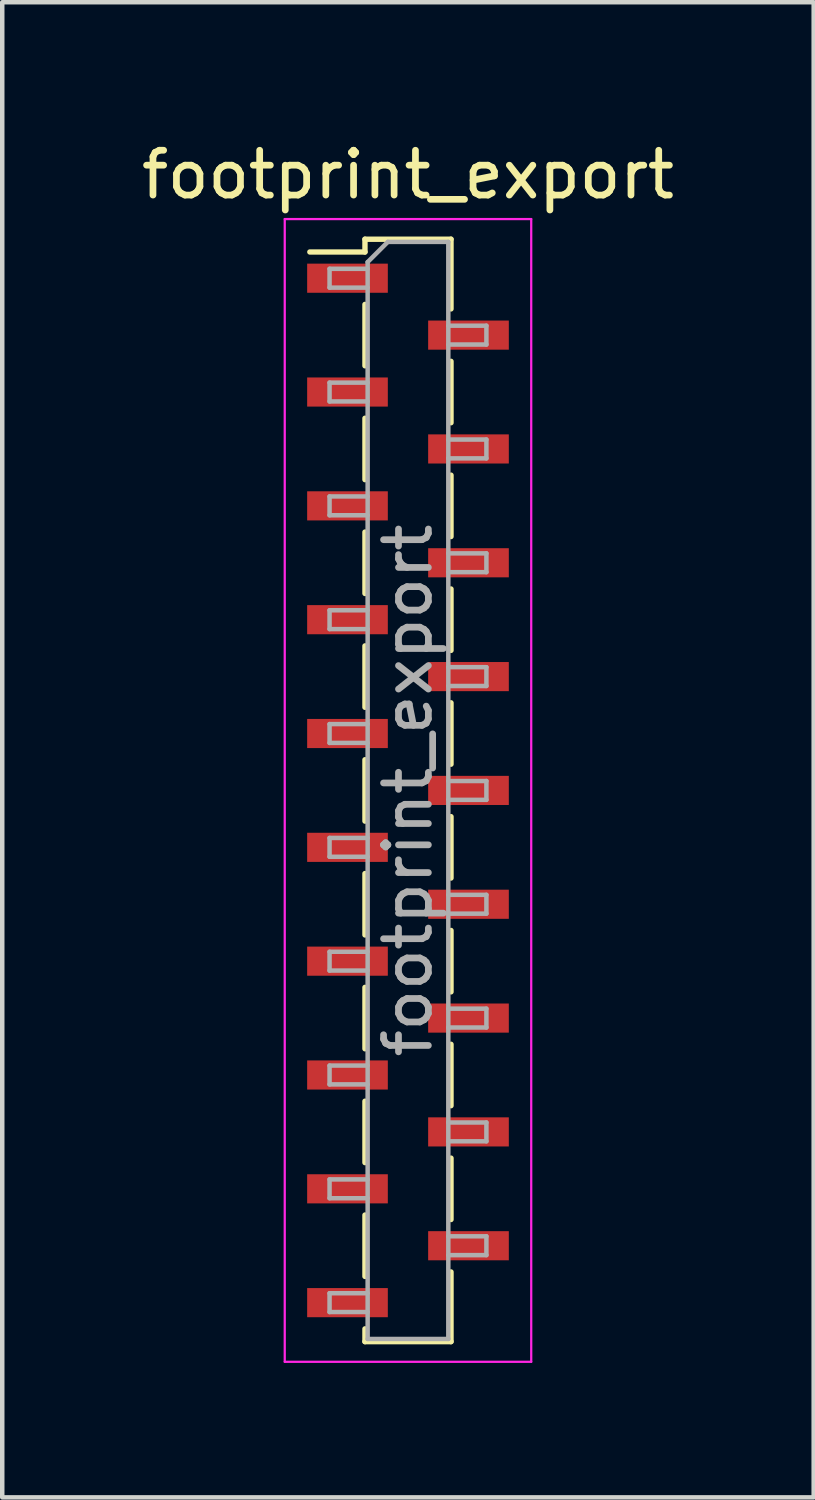
<source format=kicad_pcb>
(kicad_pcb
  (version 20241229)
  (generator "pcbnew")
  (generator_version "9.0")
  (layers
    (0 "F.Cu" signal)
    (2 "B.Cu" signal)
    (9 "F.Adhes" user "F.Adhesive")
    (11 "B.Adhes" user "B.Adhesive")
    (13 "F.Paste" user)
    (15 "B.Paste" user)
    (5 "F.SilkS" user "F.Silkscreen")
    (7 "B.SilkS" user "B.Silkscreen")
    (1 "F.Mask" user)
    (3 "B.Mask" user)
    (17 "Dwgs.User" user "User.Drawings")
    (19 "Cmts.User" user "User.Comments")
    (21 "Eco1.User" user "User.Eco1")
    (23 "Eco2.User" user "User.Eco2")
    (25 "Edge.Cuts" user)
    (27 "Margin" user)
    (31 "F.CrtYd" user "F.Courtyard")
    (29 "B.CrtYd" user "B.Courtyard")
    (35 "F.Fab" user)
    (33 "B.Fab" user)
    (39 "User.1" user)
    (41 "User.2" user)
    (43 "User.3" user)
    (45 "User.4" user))
  (footprint "footprint_export"
    (layer "F.Cu")
    (at 6.054 14.588)
    (property "Reference" "footprint_export" (at 0 -13.74 0) (layer "F.SilkS") (effects (font (size 1 1) (thickness 0.15))))
    (attr smd)
    (fp_line (start -2.19 -12.015) (end -0.96 -12.015) (stroke (width 0.12) (type solid)) (layer "F.SilkS"))
    (fp_line (start -0.96 -12.3) (end -0.96 -12.015) (stroke (width 0.12) (type solid)) (layer "F.SilkS"))
    (fp_line (start -0.96 -12.3) (end 0.96 -12.3) (stroke (width 0.12) (type solid)) (layer "F.SilkS"))
    (fp_line (start -0.96 -10.845) (end -0.96 -9.475) (stroke (width 0.12) (type solid)) (layer "F.SilkS"))
    (fp_line (start -0.96 -8.305) (end -0.96 -6.935) (stroke (width 0.12) (type solid)) (layer "F.SilkS"))
    (fp_line (start -0.96 -5.765) (end -0.96 -4.395) (stroke (width 0.12) (type solid)) (layer "F.SilkS"))
    (fp_line (start -0.96 -3.225) (end -0.96 -1.855) (stroke (width 0.12) (type solid)) (layer "F.SilkS"))
    (fp_line (start -0.96 -0.685) (end -0.96 0.685) (stroke (width 0.12) (type solid)) (layer "F.SilkS"))
    (fp_line (start -0.96 1.855) (end -0.96 3.225) (stroke (width 0.12) (type solid)) (layer "F.SilkS"))
    (fp_line (start -0.96 4.395) (end -0.96 5.765) (stroke (width 0.12) (type solid)) (layer "F.SilkS"))
    (fp_line (start -0.96 6.935) (end -0.96 8.305) (stroke (width 0.12) (type solid)) (layer "F.SilkS"))
    (fp_line (start -0.96 9.475) (end -0.96 10.845) (stroke (width 0.12) (type solid)) (layer "F.SilkS"))
    (fp_line (start -0.96 12.015) (end -0.96 12.3) (stroke (width 0.12) (type solid)) (layer "F.SilkS"))
    (fp_line (start -0.96 12.3) (end 0.96 12.3) (stroke (width 0.12) (type solid)) (layer "F.SilkS"))
    (fp_line (start 0.96 -12.3) (end 0.96 -10.745) (stroke (width 0.12) (type solid)) (layer "F.SilkS"))
    (fp_line (start 0.96 -9.575) (end 0.96 -8.205) (stroke (width 0.12) (type solid)) (layer "F.SilkS"))
    (fp_line (start 0.96 -7.035) (end 0.96 -5.665) (stroke (width 0.12) (type solid)) (layer "F.SilkS"))
    (fp_line (start 0.96 -4.495) (end 0.96 -3.125) (stroke (width 0.12) (type solid)) (layer "F.SilkS"))
    (fp_line (start 0.96 -1.955) (end 0.96 -0.585) (stroke (width 0.12) (type solid)) (layer "F.SilkS"))
    (fp_line (start 0.96 0.585) (end 0.96 1.955) (stroke (width 0.12) (type solid)) (layer "F.SilkS"))
    (fp_line (start 0.96 3.125) (end 0.96 4.495) (stroke (width 0.12) (type solid)) (layer "F.SilkS"))
    (fp_line (start 0.96 5.665) (end 0.96 7.035) (stroke (width 0.12) (type solid)) (layer "F.SilkS"))
    (fp_line (start 0.96 8.205) (end 0.96 9.575) (stroke (width 0.12) (type solid)) (layer "F.SilkS"))
    (fp_line (start 0.96 10.745) (end 0.96 12.3) (stroke (width 0.12) (type solid)) (layer "F.SilkS"))
    (fp_line (start -2.75 -12.75) (end 2.75 -12.75) (stroke (width 0.05) (type solid)) (layer "F.CrtYd"))
    (fp_line (start -2.75 12.75) (end -2.75 -12.75) (stroke (width 0.05) (type solid)) (layer "F.CrtYd"))
    (fp_line (start 2.75 -12.75) (end 2.75 12.75) (stroke (width 0.05) (type solid)) (layer "F.CrtYd"))
    (fp_line (start 2.75 12.75) (end -2.75 12.75) (stroke (width 0.05) (type solid)) (layer "F.CrtYd"))
    (fp_line (start -1.75 -11.64) (end -0.9 -11.64) (stroke (width 0.1) (type solid)) (layer "F.Fab"))
    (fp_line (start -1.75 -11.22) (end -1.75 -11.64) (stroke (width 0.1) (type solid)) (layer "F.Fab"))
    (fp_line (start -1.75 -9.1) (end -0.9 -9.1) (stroke (width 0.1) (type solid)) (layer "F.Fab"))
    (fp_line (start -1.75 -8.68) (end -1.75 -9.1) (stroke (width 0.1) (type solid)) (layer "F.Fab"))
    (fp_line (start -1.75 -6.56) (end -0.9 -6.56) (stroke (width 0.1) (type solid)) (layer "F.Fab"))
    (fp_line (start -1.75 -6.14) (end -1.75 -6.56) (stroke (width 0.1) (type solid)) (layer "F.Fab"))
    (fp_line (start -1.75 -4.02) (end -0.9 -4.02) (stroke (width 0.1) (type solid)) (layer "F.Fab"))
    (fp_line (start -1.75 -3.6) (end -1.75 -4.02) (stroke (width 0.1) (type solid)) (layer "F.Fab"))
    (fp_line (start -1.75 -1.48) (end -0.9 -1.48) (stroke (width 0.1) (type solid)) (layer "F.Fab"))
    (fp_line (start -1.75 -1.06) (end -1.75 -1.48) (stroke (width 0.1) (type solid)) (layer "F.Fab"))
    (fp_line (start -1.75 1.06) (end -0.9 1.06) (stroke (width 0.1) (type solid)) (layer "F.Fab"))
    (fp_line (start -1.75 1.48) (end -1.75 1.06) (stroke (width 0.1) (type solid)) (layer "F.Fab"))
    (fp_line (start -1.75 3.6) (end -0.9 3.6) (stroke (width 0.1) (type solid)) (layer "F.Fab"))
    (fp_line (start -1.75 4.02) (end -1.75 3.6) (stroke (width 0.1) (type solid)) (layer "F.Fab"))
    (fp_line (start -1.75 6.14) (end -0.9 6.14) (stroke (width 0.1) (type solid)) (layer "F.Fab"))
    (fp_line (start -1.75 6.56) (end -1.75 6.14) (stroke (width 0.1) (type solid)) (layer "F.Fab"))
    (fp_line (start -1.75 8.68) (end -0.9 8.68) (stroke (width 0.1) (type solid)) (layer "F.Fab"))
    (fp_line (start -1.75 9.1) (end -1.75 8.68) (stroke (width 0.1) (type solid)) (layer "F.Fab"))
    (fp_line (start -1.75 11.22) (end -0.9 11.22) (stroke (width 0.1) (type solid)) (layer "F.Fab"))
    (fp_line (start -1.75 11.64) (end -1.75 11.22) (stroke (width 0.1) (type solid)) (layer "F.Fab"))
    (fp_line (start -0.9 -11.79) (end -0.45 -12.24) (stroke (width 0.1) (type solid)) (layer "F.Fab"))
    (fp_line (start -0.9 -11.22) (end -1.75 -11.22) (stroke (width 0.1) (type solid)) (layer "F.Fab"))
    (fp_line (start -0.9 -8.68) (end -1.75 -8.68) (stroke (width 0.1) (type solid)) (layer "F.Fab"))
    (fp_line (start -0.9 -6.14) (end -1.75 -6.14) (stroke (width 0.1) (type solid)) (layer "F.Fab"))
    (fp_line (start -0.9 -3.6) (end -1.75 -3.6) (stroke (width 0.1) (type solid)) (layer "F.Fab"))
    (fp_line (start -0.9 -1.06) (end -1.75 -1.06) (stroke (width 0.1) (type solid)) (layer "F.Fab"))
    (fp_line (start -0.9 1.48) (end -1.75 1.48) (stroke (width 0.1) (type solid)) (layer "F.Fab"))
    (fp_line (start -0.9 4.02) (end -1.75 4.02) (stroke (width 0.1) (type solid)) (layer "F.Fab"))
    (fp_line (start -0.9 6.56) (end -1.75 6.56) (stroke (width 0.1) (type solid)) (layer "F.Fab"))
    (fp_line (start -0.9 9.1) (end -1.75 9.1) (stroke (width 0.1) (type solid)) (layer "F.Fab"))
    (fp_line (start -0.9 11.64) (end -1.75 11.64) (stroke (width 0.1) (type solid)) (layer "F.Fab"))
    (fp_line (start -0.9 12.24) (end -0.9 -11.79) (stroke (width 0.1) (type solid)) (layer "F.Fab"))
    (fp_line (start -0.45 -12.24) (end 0.9 -12.24) (stroke (width 0.1) (type solid)) (layer "F.Fab"))
    (fp_line (start 0.9 -12.24) (end 0.9 12.24) (stroke (width 0.1) (type solid)) (layer "F.Fab"))
    (fp_line (start 0.9 -10.37) (end 1.75 -10.37) (stroke (width 0.1) (type solid)) (layer "F.Fab"))
    (fp_line (start 0.9 -7.83) (end 1.75 -7.83) (stroke (width 0.1) (type solid)) (layer "F.Fab"))
    (fp_line (start 0.9 -5.29) (end 1.75 -5.29) (stroke (width 0.1) (type solid)) (layer "F.Fab"))
    (fp_line (start 0.9 -2.75) (end 1.75 -2.75) (stroke (width 0.1) (type solid)) (layer "F.Fab"))
    (fp_line (start 0.9 -0.21) (end 1.75 -0.21) (stroke (width 0.1) (type solid)) (layer "F.Fab"))
    (fp_line (start 0.9 2.33) (end 1.75 2.33) (stroke (width 0.1) (type solid)) (layer "F.Fab"))
    (fp_line (start 0.9 4.87) (end 1.75 4.87) (stroke (width 0.1) (type solid)) (layer "F.Fab"))
    (fp_line (start 0.9 7.41) (end 1.75 7.41) (stroke (width 0.1) (type solid)) (layer "F.Fab"))
    (fp_line (start 0.9 9.95) (end 1.75 9.95) (stroke (width 0.1) (type solid)) (layer "F.Fab"))
    (fp_line (start 0.9 12.24) (end -0.9 12.24) (stroke (width 0.1) (type solid)) (layer "F.Fab"))
    (fp_line (start 1.75 -10.37) (end 1.75 -9.95) (stroke (width 0.1) (type solid)) (layer "F.Fab"))
    (fp_line (start 1.75 -9.95) (end 0.9 -9.95) (stroke (width 0.1) (type solid)) (layer "F.Fab"))
    (fp_line (start 1.75 -7.83) (end 1.75 -7.41) (stroke (width 0.1) (type solid)) (layer "F.Fab"))
    (fp_line (start 1.75 -7.41) (end 0.9 -7.41) (stroke (width 0.1) (type solid)) (layer "F.Fab"))
    (fp_line (start 1.75 -5.29) (end 1.75 -4.87) (stroke (width 0.1) (type solid)) (layer "F.Fab"))
    (fp_line (start 1.75 -4.87) (end 0.9 -4.87) (stroke (width 0.1) (type solid)) (layer "F.Fab"))
    (fp_line (start 1.75 -2.75) (end 1.75 -2.33) (stroke (width 0.1) (type solid)) (layer "F.Fab"))
    (fp_line (start 1.75 -2.33) (end 0.9 -2.33) (stroke (width 0.1) (type solid)) (layer "F.Fab"))
    (fp_line (start 1.75 -0.21) (end 1.75 0.21) (stroke (width 0.1) (type solid)) (layer "F.Fab"))
    (fp_line (start 1.75 0.21) (end 0.9 0.21) (stroke (width 0.1) (type solid)) (layer "F.Fab"))
    (fp_line (start 1.75 2.33) (end 1.75 2.75) (stroke (width 0.1) (type solid)) (layer "F.Fab"))
    (fp_line (start 1.75 2.75) (end 0.9 2.75) (stroke (width 0.1) (type solid)) (layer "F.Fab"))
    (fp_line (start 1.75 4.87) (end 1.75 5.29) (stroke (width 0.1) (type solid)) (layer "F.Fab"))
    (fp_line (start 1.75 5.29) (end 0.9 5.29) (stroke (width 0.1) (type solid)) (layer "F.Fab"))
    (fp_line (start 1.75 7.41) (end 1.75 7.83) (stroke (width 0.1) (type solid)) (layer "F.Fab"))
    (fp_line (start 1.75 7.83) (end 0.9 7.83) (stroke (width 0.1) (type solid)) (layer "F.Fab"))
    (fp_line (start 1.75 9.95) (end 1.75 10.37) (stroke (width 0.1) (type solid)) (layer "F.Fab"))
    (fp_line (start 1.75 10.37) (end 0.9 10.37) (stroke (width 0.1) (type solid)) (layer "F.Fab"))
    (fp_text user "${REFERENCE}" (at 0 0 90) (layer "F.Fab") (effects (font (size 1 1) (thickness 0.15))))
    (pad "1" smd rect (at -1.35 -11.43) (size 1.8 0.65) (layers "F.Cu" "F.Mask" "F.Paste"))
    (pad "2" smd rect (at 1.35 -10.16) (size 1.8 0.65) (layers "F.Cu" "F.Mask" "F.Paste"))
    (pad "3" smd rect (at -1.35 -8.89) (size 1.8 0.65) (layers "F.Cu" "F.Mask" "F.Paste"))
    (pad "4" smd rect (at 1.35 -7.62) (size 1.8 0.65) (layers "F.Cu" "F.Mask" "F.Paste"))
    (pad "5" smd rect (at -1.35 -6.35) (size 1.8 0.65) (layers "F.Cu" "F.Mask" "F.Paste"))
    (pad "6" smd rect (at 1.35 -5.08) (size 1.8 0.65) (layers "F.Cu" "F.Mask" "F.Paste"))
    (pad "7" smd rect (at -1.35 -3.81) (size 1.8 0.65) (layers "F.Cu" "F.Mask" "F.Paste"))
    (pad "8" smd rect (at 1.35 -2.54) (size 1.8 0.65) (layers "F.Cu" "F.Mask" "F.Paste"))
    (pad "9" smd rect (at -1.35 -1.27) (size 1.8 0.65) (layers "F.Cu" "F.Mask" "F.Paste"))
    (pad "10" smd rect (at 1.35 0) (size 1.8 0.65) (layers "F.Cu" "F.Mask" "F.Paste"))
    (pad "11" smd rect (at -1.35 1.27) (size 1.8 0.65) (layers "F.Cu" "F.Mask" "F.Paste"))
    (pad "12" smd rect (at 1.35 2.54) (size 1.8 0.65) (layers "F.Cu" "F.Mask" "F.Paste"))
    (pad "13" smd rect (at -1.35 3.81) (size 1.8 0.65) (layers "F.Cu" "F.Mask" "F.Paste"))
    (pad "14" smd rect (at 1.35 5.08) (size 1.8 0.65) (layers "F.Cu" "F.Mask" "F.Paste"))
    (pad "15" smd rect (at -1.35 6.35) (size 1.8 0.65) (layers "F.Cu" "F.Mask" "F.Paste"))
    (pad "16" smd rect (at 1.35 7.62) (size 1.8 0.65) (layers "F.Cu" "F.Mask" "F.Paste"))
    (pad "17" smd rect (at -1.35 8.89) (size 1.8 0.65) (layers "F.Cu" "F.Mask" "F.Paste"))
    (pad "18" smd rect (at 1.35 10.16) (size 1.8 0.65) (layers "F.Cu" "F.Mask" "F.Paste"))
    (pad "19" smd rect (at -1.35 11.43) (size 1.8 0.65) (layers "F.Cu" "F.Mask" "F.Paste")))
  (gr_rect
    (start -3 -3)
    (end 15.107 30.363)
    (stroke (width 0.1) (type default))
    (fill no)
    (layer "Edge.Cuts")))
</source>
